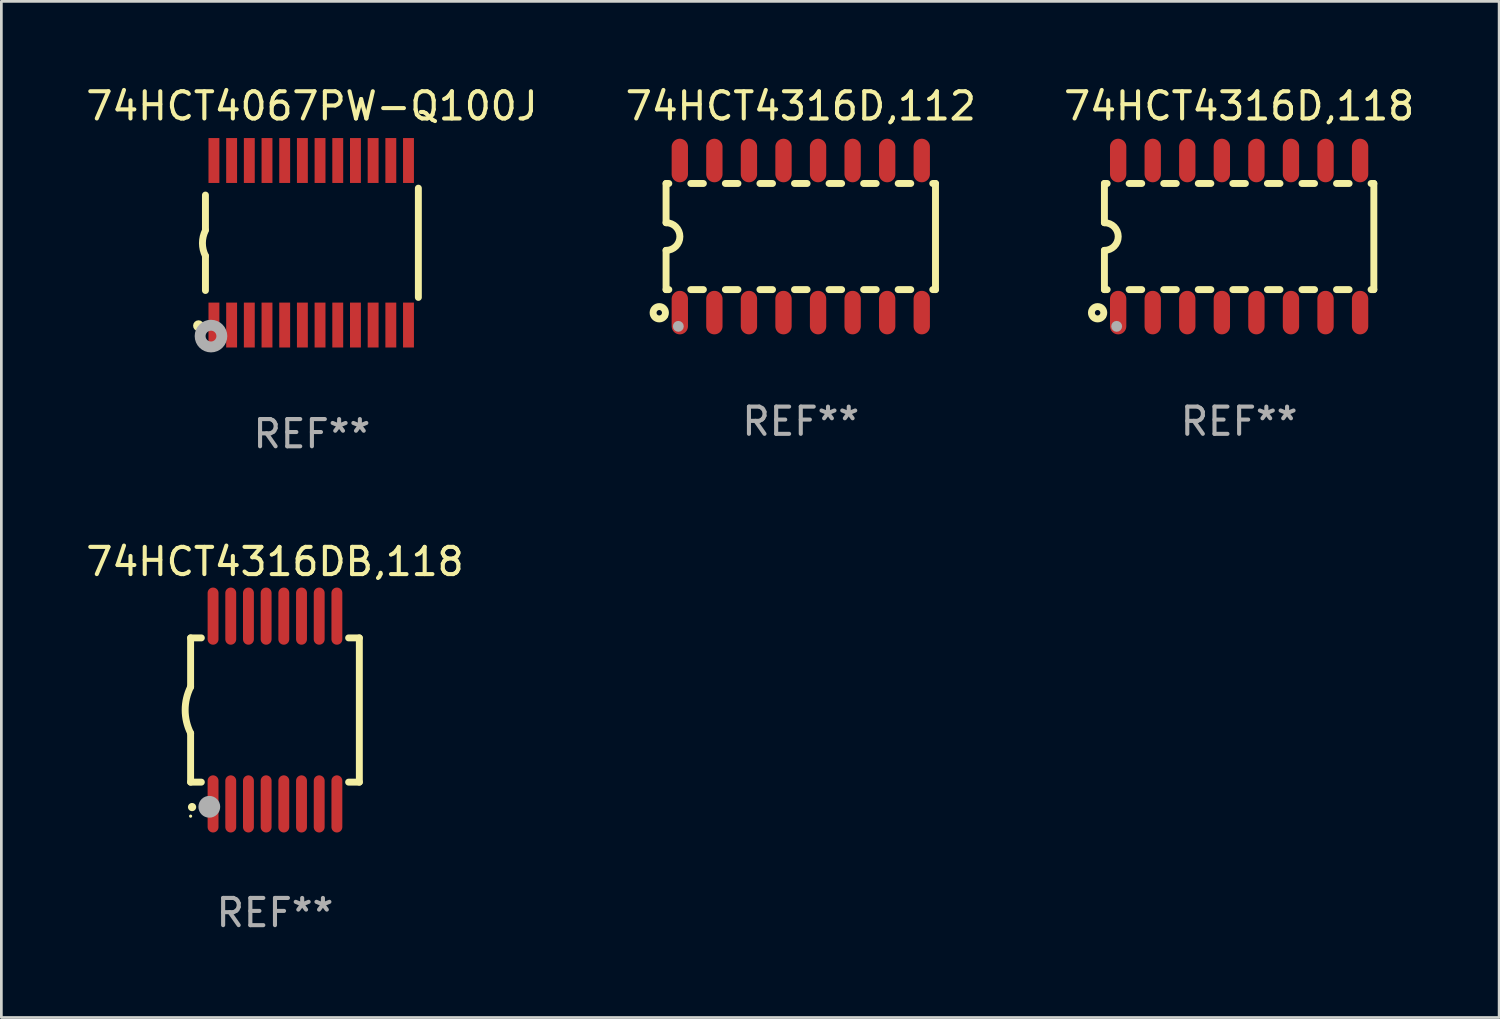
<source format=kicad_pcb>
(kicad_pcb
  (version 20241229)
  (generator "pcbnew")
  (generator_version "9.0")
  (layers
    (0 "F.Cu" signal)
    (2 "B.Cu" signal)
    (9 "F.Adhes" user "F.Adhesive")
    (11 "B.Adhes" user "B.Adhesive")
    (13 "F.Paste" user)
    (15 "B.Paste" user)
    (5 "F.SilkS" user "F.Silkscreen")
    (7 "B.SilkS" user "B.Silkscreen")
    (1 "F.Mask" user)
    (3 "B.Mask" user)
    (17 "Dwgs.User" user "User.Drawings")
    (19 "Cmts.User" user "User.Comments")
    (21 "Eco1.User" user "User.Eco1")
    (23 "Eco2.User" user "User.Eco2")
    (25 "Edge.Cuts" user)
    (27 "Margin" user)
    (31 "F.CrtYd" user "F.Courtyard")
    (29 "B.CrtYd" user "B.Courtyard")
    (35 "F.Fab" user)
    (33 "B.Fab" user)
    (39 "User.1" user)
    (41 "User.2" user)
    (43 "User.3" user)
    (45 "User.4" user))
  (footprint "74HCT4316DB,118"
    (layer "F.Cu")
    (at 7.054 23.04)
    (property "Reference" "74HCT4316DB,118" (at 0 -5.45 0) (layer "F.SilkS") (effects (font (size 1 1) (thickness 0.15))))
    (attr through_hole)
    (fp_line (start -3.1 -2.65) (end -3.1 -0.85) (stroke (width 0.254) (type solid)) (layer "F.SilkS"))
    (fp_line (start -3.1 -2.65) (end -2.706 -2.65) (stroke (width 0.254) (type solid)) (layer "F.SilkS"))
    (fp_line (start -3.1 2.65) (end -3.1 0.85) (stroke (width 0.254) (type solid)) (layer "F.SilkS"))
    (fp_line (start -3.1 2.65) (end -2.706 2.65) (stroke (width 0.254) (type solid)) (layer "F.SilkS"))
    (fp_line (start 2.706 -2.65) (end 3.1 -2.65) (stroke (width 0.254) (type solid)) (layer "F.SilkS"))
    (fp_line (start 2.706 2.65) (end 3.1 2.65) (stroke (width 0.254) (type solid)) (layer "F.SilkS"))
    (fp_line (start 3.1 -2.65) (end 3.1 2.65) (stroke (width 0.254) (type solid)) (layer "F.SilkS"))
    (fp_arc (start -3.098907 0.850902) (mid -3.300057 0.000523) (end -3.1 -0.850114) (stroke (width 0.254001) (type solid)) (layer "F.SilkS"))
    (fp_arc (start -3.048006 3.566066) (mid -3.046736 3.566061) (end -3.045466 3.566066) (stroke (width 0.3) (type solid)) (layer "F.SilkS"))
    (fp_circle (center -3.1 3.9) (end -3.07 3.9) (stroke (width 0.06) (type solid)) (fill no) (layer "F.SilkS"))
    (fp_circle (center -2.413 3.556) (end -2.213 3.556) (stroke (width 0.4) (type solid)) (fill no) (layer "F.Fab"))
    (fp_text user "REF**" (at 0 7.45 0) (layer "F.Fab") (effects (font (size 1 1) (thickness 0.15))))
    (pad "1" smd oval (at -2.275 3.45 180) (size 0.4 2.1) (layers "F.Cu" "F.Mask" "F.Paste"))
    (pad "2" smd oval (at -1.625 3.45 180) (size 0.4 2.1) (layers "F.Cu" "F.Mask" "F.Paste"))
    (pad "3" smd oval (at -0.975 3.45 180) (size 0.4 2.1) (layers "F.Cu" "F.Mask" "F.Paste"))
    (pad "4" smd oval (at -0.325 3.45 180) (size 0.4 2.1) (layers "F.Cu" "F.Mask" "F.Paste"))
    (pad "5" smd oval (at 0.325 3.45 180) (size 0.4 2.1) (layers "F.Cu" "F.Mask" "F.Paste"))
    (pad "6" smd oval (at 0.975 3.45 180) (size 0.4 2.1) (layers "F.Cu" "F.Mask" "F.Paste"))
    (pad "7" smd oval (at 1.625 3.45 180) (size 0.4 2.1) (layers "F.Cu" "F.Mask" "F.Paste"))
    (pad "8" smd oval (at 2.275 3.45 180) (size 0.4 2.1) (layers "F.Cu" "F.Mask" "F.Paste"))
    (pad "9" smd oval (at 2.275 -3.45 180) (size 0.4 2.1) (layers "F.Cu" "F.Mask" "F.Paste"))
    (pad "10" smd oval (at 1.625 -3.45 180) (size 0.4 2.1) (layers "F.Cu" "F.Mask" "F.Paste"))
    (pad "11" smd oval (at 0.975 -3.45 180) (size 0.4 2.1) (layers "F.Cu" "F.Mask" "F.Paste"))
    (pad "12" smd oval (at 0.325 -3.45 180) (size 0.4 2.1) (layers "F.Cu" "F.Mask" "F.Paste"))
    (pad "13" smd oval (at -0.325 -3.45 180) (size 0.4 2.1) (layers "F.Cu" "F.Mask" "F.Paste"))
    (pad "14" smd oval (at -0.975 -3.45 180) (size 0.4 2.1) (layers "F.Cu" "F.Mask" "F.Paste"))
    (pad "15" smd oval (at -1.625 -3.45 180) (size 0.4 2.1) (layers "F.Cu" "F.Mask" "F.Paste"))
    (pad "16" smd oval (at -2.275 -3.45 180) (size 0.4 2.1) (layers "F.Cu" "F.Mask" "F.Paste")))
  (footprint "74HCT4316D,112"
    (layer "F.Cu")
    (at 26.375 5.642)
    (property "Reference" "74HCT4316D,112" (at 0 -4.794 0) (layer "F.SilkS") (effects (font (size 1 1) (thickness 0.15))))
    (attr through_hole)
    (fp_line (start -4.95 -1.95) (end -4.95 -0.508) (stroke (width 0.254) (type solid)) (layer "F.SilkS"))
    (fp_line (start -4.95 -1.95) (end -4.849 -1.95) (stroke (width 0.254) (type solid)) (layer "F.SilkS"))
    (fp_line (start -4.95 1.95) (end -4.95 0.508) (stroke (width 0.254) (type solid)) (layer "F.SilkS"))
    (fp_line (start -4.95 1.95) (end -4.849 1.95) (stroke (width 0.254) (type solid)) (layer "F.SilkS"))
    (fp_line (start -4.041 -1.95) (end -3.579 -1.95) (stroke (width 0.254) (type solid)) (layer "F.SilkS"))
    (fp_line (start -4.041 1.95) (end -3.579 1.95) (stroke (width 0.254) (type solid)) (layer "F.SilkS"))
    (fp_line (start -2.771 -1.95) (end -2.309 -1.95) (stroke (width 0.254) (type solid)) (layer "F.SilkS"))
    (fp_line (start -2.771 1.95) (end -2.309 1.95) (stroke (width 0.254) (type solid)) (layer "F.SilkS"))
    (fp_line (start -1.501 -1.95) (end -1.039 -1.95) (stroke (width 0.254) (type solid)) (layer "F.SilkS"))
    (fp_line (start -1.501 1.95) (end -1.039 1.95) (stroke (width 0.254) (type solid)) (layer "F.SilkS"))
    (fp_line (start -0.231 -1.95) (end 0.231 -1.95) (stroke (width 0.254) (type solid)) (layer "F.SilkS"))
    (fp_line (start -0.231 1.95) (end 0.231 1.95) (stroke (width 0.254) (type solid)) (layer "F.SilkS"))
    (fp_line (start 1.039 -1.95) (end 1.501 -1.95) (stroke (width 0.254) (type solid)) (layer "F.SilkS"))
    (fp_line (start 1.039 1.95) (end 1.501 1.95) (stroke (width 0.254) (type solid)) (layer "F.SilkS"))
    (fp_line (start 2.309 -1.95) (end 2.771 -1.95) (stroke (width 0.254) (type solid)) (layer "F.SilkS"))
    (fp_line (start 2.309 1.95) (end 2.771 1.95) (stroke (width 0.254) (type solid)) (layer "F.SilkS"))
    (fp_line (start 3.579 -1.95) (end 4.041 -1.95) (stroke (width 0.254) (type solid)) (layer "F.SilkS"))
    (fp_line (start 3.579 1.95) (end 4.041 1.95) (stroke (width 0.254) (type solid)) (layer "F.SilkS"))
    (fp_line (start 4.849 -1.95) (end 4.95 -1.95) (stroke (width 0.254) (type solid)) (layer "F.SilkS"))
    (fp_line (start 4.849 1.95) (end 4.95 1.95) (stroke (width 0.254) (type solid)) (layer "F.SilkS"))
    (fp_line (start 4.95 -1.95) (end 4.95 1.95) (stroke (width 0.254) (type solid)) (layer "F.SilkS"))
    (fp_arc (start -4.95047 -0.508001) (mid -4.442469 -0.000228) (end -4.950013 0.508001) (stroke (width 0.254001) (type solid)) (layer "F.SilkS"))
    (fp_circle (center -5.2 2.8) (end -5.1 2.8) (stroke (width 0.254) (type solid)) (fill no) (layer "F.SilkS"))
    (fp_circle (center -4.95 2.947) (end -4.92 2.947) (stroke (width 0.06) (type solid)) (fill no) (layer "F.SilkS"))
    (fp_circle (center -4.5 3.3) (end -4.4 3.3) (stroke (width 0.2) (type solid)) (fill no) (layer "F.Fab"))
    (fp_text user "REF**" (at 0 6.794 0) (layer "F.Fab") (effects (font (size 1 1) (thickness 0.15))))
    (pad "1" smd oval (at -4.445 2.794) (size 0.6 1.6) (layers "F.Cu" "F.Mask" "F.Paste"))
    (pad "2" smd oval (at -3.175 2.794) (size 0.6 1.6) (layers "F.Cu" "F.Mask" "F.Paste"))
    (pad "3" smd oval (at -1.905 2.794) (size 0.6 1.6) (layers "F.Cu" "F.Mask" "F.Paste"))
    (pad "4" smd oval (at -0.635 2.794) (size 0.6 1.6) (layers "F.Cu" "F.Mask" "F.Paste"))
    (pad "5" smd oval (at 0.635 2.794) (size 0.6 1.6) (layers "F.Cu" "F.Mask" "F.Paste"))
    (pad "6" smd oval (at 1.905 2.794) (size 0.6 1.6) (layers "F.Cu" "F.Mask" "F.Paste"))
    (pad "7" smd oval (at 3.175 2.794) (size 0.6 1.6) (layers "F.Cu" "F.Mask" "F.Paste"))
    (pad "8" smd oval (at 4.445 2.794) (size 0.6 1.6) (layers "F.Cu" "F.Mask" "F.Paste"))
    (pad "9" smd oval (at 4.445 -2.794) (size 0.6 1.6) (layers "F.Cu" "F.Mask" "F.Paste"))
    (pad "10" smd oval (at 3.175 -2.794) (size 0.6 1.6) (layers "F.Cu" "F.Mask" "F.Paste"))
    (pad "11" smd oval (at 1.905 -2.794) (size 0.6 1.6) (layers "F.Cu" "F.Mask" "F.Paste"))
    (pad "12" smd oval (at 0.635 -2.794) (size 0.6 1.6) (layers "F.Cu" "F.Mask" "F.Paste"))
    (pad "13" smd oval (at -0.635 -2.794) (size 0.6 1.6) (layers "F.Cu" "F.Mask" "F.Paste"))
    (pad "14" smd oval (at -1.905 -2.794) (size 0.6 1.6) (layers "F.Cu" "F.Mask" "F.Paste"))
    (pad "15" smd oval (at -3.175 -2.794) (size 0.6 1.6) (layers "F.Cu" "F.Mask" "F.Paste"))
    (pad "16" smd oval (at -4.445 -2.794) (size 0.6 1.6) (layers "F.Cu" "F.Mask" "F.Paste")))
  (footprint "74HCT4067PW-Q100J"
    (layer "F.Cu")
    (at 8.411 5.871)
    (property "Reference" "74HCT4067PW-Q100J" (at 0 -5.023 0) (layer "F.SilkS") (effects (font (size 1 1) (thickness 0.15))))
    (attr through_hole)
    (fp_line (start -3.912 -0.483) (end -3.912 -1.753) (stroke (width 0.254) (type solid)) (layer "F.SilkS"))
    (fp_line (start -3.912 1.753) (end -3.912 0.483) (stroke (width 0.254) (type solid)) (layer "F.SilkS"))
    (fp_line (start 3.912 -2.007) (end 3.912 2.007) (stroke (width 0.254) (type solid)) (layer "F.SilkS"))
    (fp_arc (start -3.911608 0.482601) (mid -4.022537 0.0127) (end -3.911608 -0.457201) (stroke (width 0.254001) (type solid)) (layer "F.SilkS"))
    (fp_circle (center -4.166 3.048) (end -4.066 3.048) (stroke (width 0.2) (type solid)) (fill no) (layer "F.SilkS"))
    (fp_circle (center -3.925 3.186) (end -3.895 3.186) (stroke (width 0.06) (type solid)) (fill no) (layer "F.SilkS"))
    (fp_circle (center -3.708 3.429) (end -3.509 3.429) (stroke (width 0.4) (type solid)) (fill no) (layer "F.Fab"))
    (fp_text user "REF**" (at 0 7.023 0) (layer "F.Fab") (effects (font (size 1 1) (thickness 0.15))))
    (pad "1" smd rect (at -3.6 3.023) (size 0.4 1.65) (layers "F.Cu" "F.Mask" "F.Paste"))
    (pad "2" smd rect (at -2.95 3.023) (size 0.4 1.65) (layers "F.Cu" "F.Mask" "F.Paste"))
    (pad "3" smd rect (at -2.3 3.023) (size 0.4 1.65) (layers "F.Cu" "F.Mask" "F.Paste"))
    (pad "4" smd rect (at -1.65 3.023) (size 0.4 1.65) (layers "F.Cu" "F.Mask" "F.Paste"))
    (pad "5" smd rect (at -1 3.023) (size 0.4 1.65) (layers "F.Cu" "F.Mask" "F.Paste"))
    (pad "6" smd rect (at -0.35 3.023) (size 0.4 1.65) (layers "F.Cu" "F.Mask" "F.Paste"))
    (pad "7" smd rect (at 0.299 3.023) (size 0.4 1.65) (layers "F.Cu" "F.Mask" "F.Paste"))
    (pad "8" smd rect (at 0.95 3.023) (size 0.4 1.65) (layers "F.Cu" "F.Mask" "F.Paste"))
    (pad "9" smd rect (at 1.6 3.023) (size 0.4 1.65) (layers "F.Cu" "F.Mask" "F.Paste"))
    (pad "10" smd rect (at 2.25 3.023) (size 0.4 1.65) (layers "F.Cu" "F.Mask" "F.Paste"))
    (pad "11" smd rect (at 2.9 3.023) (size 0.4 1.65) (layers "F.Cu" "F.Mask" "F.Paste"))
    (pad "12" smd rect (at 3.549 3.023) (size 0.4 1.65) (layers "F.Cu" "F.Mask" "F.Paste"))
    (pad "13" smd rect (at 3.549 -3.023) (size 0.4 1.65) (layers "F.Cu" "F.Mask" "F.Paste"))
    (pad "14" smd rect (at 2.9 -3.023) (size 0.4 1.65) (layers "F.Cu" "F.Mask" "F.Paste"))
    (pad "15" smd rect (at 2.25 -3.023) (size 0.4 1.65) (layers "F.Cu" "F.Mask" "F.Paste"))
    (pad "16" smd rect (at 1.6 -3.023) (size 0.4 1.65) (layers "F.Cu" "F.Mask" "F.Paste"))
    (pad "17" smd rect (at 0.95 -3.023) (size 0.4 1.65) (layers "F.Cu" "F.Mask" "F.Paste"))
    (pad "18" smd rect (at 0.299 -3.023) (size 0.4 1.65) (layers "F.Cu" "F.Mask" "F.Paste"))
    (pad "19" smd rect (at -0.35 -3.023) (size 0.4 1.65) (layers "F.Cu" "F.Mask" "F.Paste"))
    (pad "20" smd rect (at -1 -3.023) (size 0.4 1.65) (layers "F.Cu" "F.Mask" "F.Paste"))
    (pad "21" smd rect (at -1.65 -3.023) (size 0.4 1.65) (layers "F.Cu" "F.Mask" "F.Paste"))
    (pad "22" smd rect (at -2.3 -3.023) (size 0.4 1.65) (layers "F.Cu" "F.Mask" "F.Paste"))
    (pad "23" smd rect (at -2.95 -3.023) (size 0.4 1.65) (layers "F.Cu" "F.Mask" "F.Paste"))
    (pad "24" smd rect (at -3.6 -3.023) (size 0.4 1.65) (layers "F.Cu" "F.Mask" "F.Paste")))
  (footprint "74HCT4316D,118"
    (layer "F.Cu")
    (at 42.482 5.642)
    (property "Reference" "74HCT4316D,118" (at 0 -4.794 0) (layer "F.SilkS") (effects (font (size 1 1) (thickness 0.15))))
    (attr through_hole)
    (fp_line (start -4.95 -1.95) (end -4.95 -0.508) (stroke (width 0.254) (type solid)) (layer "F.SilkS"))
    (fp_line (start -4.95 -1.95) (end -4.849 -1.95) (stroke (width 0.254) (type solid)) (layer "F.SilkS"))
    (fp_line (start -4.95 1.95) (end -4.95 0.508) (stroke (width 0.254) (type solid)) (layer "F.SilkS"))
    (fp_line (start -4.95 1.95) (end -4.849 1.95) (stroke (width 0.254) (type solid)) (layer "F.SilkS"))
    (fp_line (start -4.041 -1.95) (end -3.579 -1.95) (stroke (width 0.254) (type solid)) (layer "F.SilkS"))
    (fp_line (start -4.041 1.95) (end -3.579 1.95) (stroke (width 0.254) (type solid)) (layer "F.SilkS"))
    (fp_line (start -2.771 -1.95) (end -2.309 -1.95) (stroke (width 0.254) (type solid)) (layer "F.SilkS"))
    (fp_line (start -2.771 1.95) (end -2.309 1.95) (stroke (width 0.254) (type solid)) (layer "F.SilkS"))
    (fp_line (start -1.501 -1.95) (end -1.039 -1.95) (stroke (width 0.254) (type solid)) (layer "F.SilkS"))
    (fp_line (start -1.501 1.95) (end -1.039 1.95) (stroke (width 0.254) (type solid)) (layer "F.SilkS"))
    (fp_line (start -0.231 -1.95) (end 0.231 -1.95) (stroke (width 0.254) (type solid)) (layer "F.SilkS"))
    (fp_line (start -0.231 1.95) (end 0.231 1.95) (stroke (width 0.254) (type solid)) (layer "F.SilkS"))
    (fp_line (start 1.039 -1.95) (end 1.501 -1.95) (stroke (width 0.254) (type solid)) (layer "F.SilkS"))
    (fp_line (start 1.039 1.95) (end 1.501 1.95) (stroke (width 0.254) (type solid)) (layer "F.SilkS"))
    (fp_line (start 2.309 -1.95) (end 2.771 -1.95) (stroke (width 0.254) (type solid)) (layer "F.SilkS"))
    (fp_line (start 2.309 1.95) (end 2.771 1.95) (stroke (width 0.254) (type solid)) (layer "F.SilkS"))
    (fp_line (start 3.579 -1.95) (end 4.041 -1.95) (stroke (width 0.254) (type solid)) (layer "F.SilkS"))
    (fp_line (start 3.579 1.95) (end 4.041 1.95) (stroke (width 0.254) (type solid)) (layer "F.SilkS"))
    (fp_line (start 4.849 -1.95) (end 4.95 -1.95) (stroke (width 0.254) (type solid)) (layer "F.SilkS"))
    (fp_line (start 4.849 1.95) (end 4.95 1.95) (stroke (width 0.254) (type solid)) (layer "F.SilkS"))
    (fp_line (start 4.95 -1.95) (end 4.95 1.95) (stroke (width 0.254) (type solid)) (layer "F.SilkS"))
    (fp_arc (start -4.95047 -0.508001) (mid -4.442469 -0.000228) (end -4.950013 0.508001) (stroke (width 0.254001) (type solid)) (layer "F.SilkS"))
    (fp_circle (center -5.2 2.8) (end -5.1 2.8) (stroke (width 0.254) (type solid)) (fill no) (layer "F.SilkS"))
    (fp_circle (center -4.95 2.947) (end -4.92 2.947) (stroke (width 0.06) (type solid)) (fill no) (layer "F.SilkS"))
    (fp_circle (center -4.5 3.3) (end -4.4 3.3) (stroke (width 0.2) (type solid)) (fill no) (layer "F.Fab"))
    (fp_text user "REF**" (at 0 6.794 0) (layer "F.Fab") (effects (font (size 1 1) (thickness 0.15))))
    (pad "1" smd oval (at -4.445 2.794) (size 0.6 1.6) (layers "F.Cu" "F.Mask" "F.Paste"))
    (pad "2" smd oval (at -3.175 2.794) (size 0.6 1.6) (layers "F.Cu" "F.Mask" "F.Paste"))
    (pad "3" smd oval (at -1.905 2.794) (size 0.6 1.6) (layers "F.Cu" "F.Mask" "F.Paste"))
    (pad "4" smd oval (at -0.635 2.794) (size 0.6 1.6) (layers "F.Cu" "F.Mask" "F.Paste"))
    (pad "5" smd oval (at 0.635 2.794) (size 0.6 1.6) (layers "F.Cu" "F.Mask" "F.Paste"))
    (pad "6" smd oval (at 1.905 2.794) (size 0.6 1.6) (layers "F.Cu" "F.Mask" "F.Paste"))
    (pad "7" smd oval (at 3.175 2.794) (size 0.6 1.6) (layers "F.Cu" "F.Mask" "F.Paste"))
    (pad "8" smd oval (at 4.445 2.794) (size 0.6 1.6) (layers "F.Cu" "F.Mask" "F.Paste"))
    (pad "9" smd oval (at 4.445 -2.794) (size 0.6 1.6) (layers "F.Cu" "F.Mask" "F.Paste"))
    (pad "10" smd oval (at 3.175 -2.794) (size 0.6 1.6) (layers "F.Cu" "F.Mask" "F.Paste"))
    (pad "11" smd oval (at 1.905 -2.794) (size 0.6 1.6) (layers "F.Cu" "F.Mask" "F.Paste"))
    (pad "12" smd oval (at 0.635 -2.794) (size 0.6 1.6) (layers "F.Cu" "F.Mask" "F.Paste"))
    (pad "13" smd oval (at -0.635 -2.794) (size 0.6 1.6) (layers "F.Cu" "F.Mask" "F.Paste"))
    (pad "14" smd oval (at -1.905 -2.794) (size 0.6 1.6) (layers "F.Cu" "F.Mask" "F.Paste"))
    (pad "15" smd oval (at -3.175 -2.794) (size 0.6 1.6) (layers "F.Cu" "F.Mask" "F.Paste"))
    (pad "16" smd oval (at -4.445 -2.794) (size 0.6 1.6) (layers "F.Cu" "F.Mask" "F.Paste")))
  (gr_rect
    (start -3 -3)
    (end 52.036 34.338)
    (stroke (width 0.1) (type default))
    (fill no)
    (layer "Edge.Cuts")))
</source>
